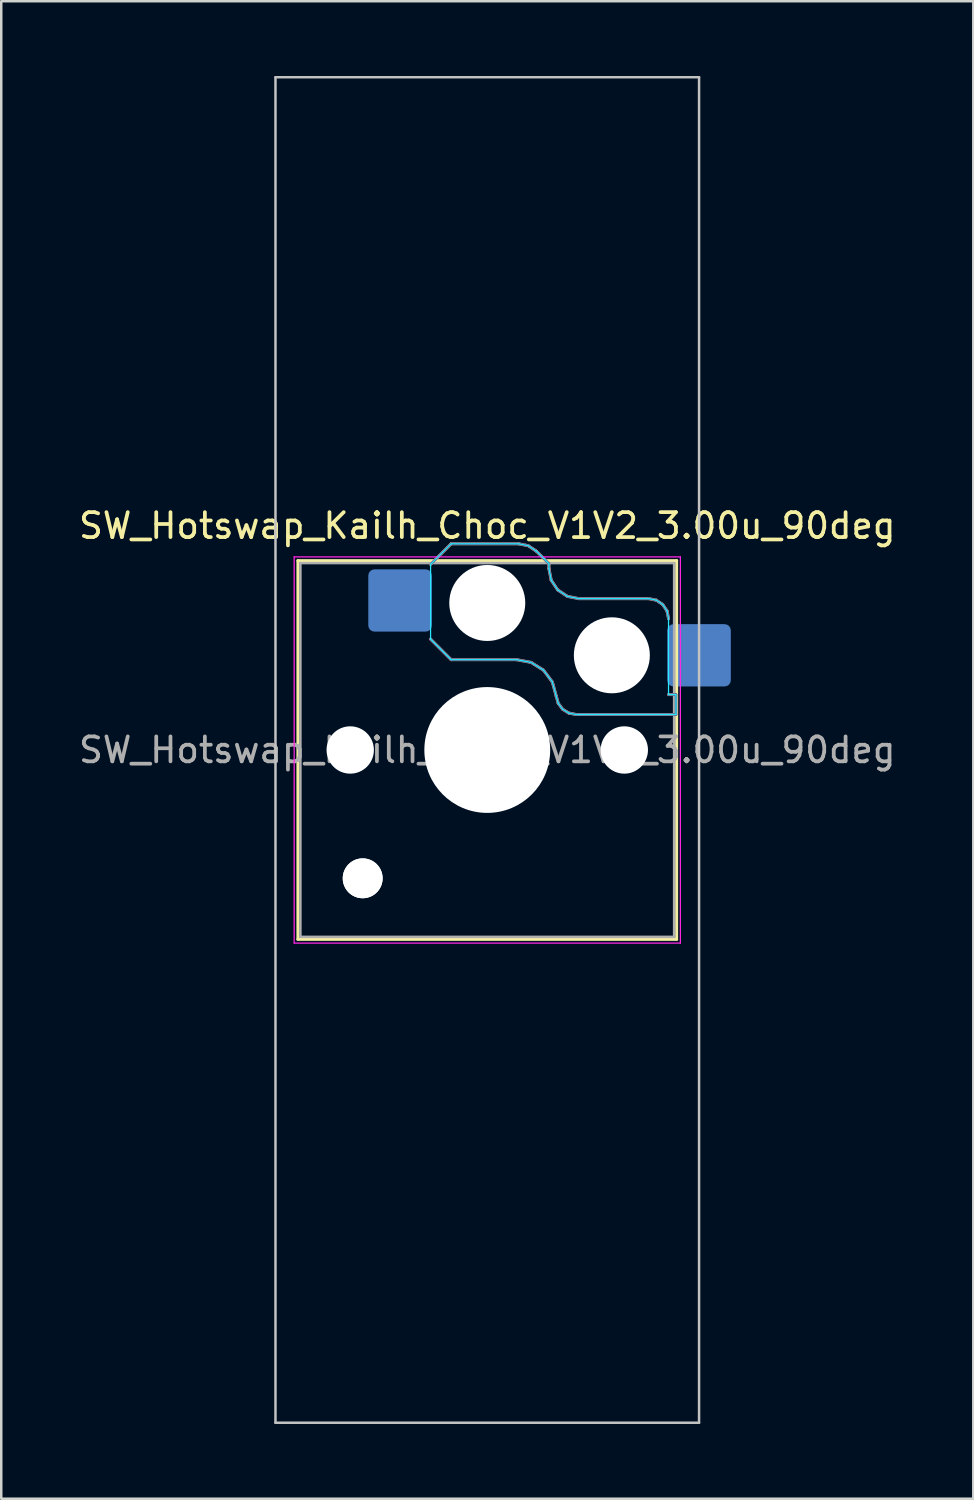
<source format=kicad_pcb>
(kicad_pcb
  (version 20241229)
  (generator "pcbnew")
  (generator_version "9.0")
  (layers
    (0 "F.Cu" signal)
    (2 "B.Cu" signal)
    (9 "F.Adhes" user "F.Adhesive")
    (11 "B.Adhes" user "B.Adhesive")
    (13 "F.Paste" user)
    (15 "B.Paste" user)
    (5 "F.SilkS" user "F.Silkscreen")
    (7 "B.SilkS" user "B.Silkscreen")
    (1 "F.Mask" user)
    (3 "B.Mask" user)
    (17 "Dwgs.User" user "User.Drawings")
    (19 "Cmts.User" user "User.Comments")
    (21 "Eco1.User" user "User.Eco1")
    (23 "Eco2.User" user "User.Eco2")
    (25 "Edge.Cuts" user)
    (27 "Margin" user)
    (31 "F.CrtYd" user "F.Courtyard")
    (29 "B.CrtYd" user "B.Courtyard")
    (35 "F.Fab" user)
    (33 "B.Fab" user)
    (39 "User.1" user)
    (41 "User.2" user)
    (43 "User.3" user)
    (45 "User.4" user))
  (footprint "SW_Hotswap_Kailh_Choc_V1V2_3.00u_90deg"
    (layer "F.Cu")
    (at 16.506 27.05)
    (property "Reference" "SW_Hotswap_Kailh_Choc_V1V2_3.00u_90deg" (at 0 -9 0) (layer "F.SilkS") (effects (font (size 1 1) (thickness 0.15))))
    (attr smd)
    (fp_line (start -7.6 -7.6) (end -7.6 7.6) (stroke (width 0.12) (type solid)) (layer "F.SilkS"))
    (fp_line (start -7.6 7.6) (end 7.6 7.6) (stroke (width 0.12) (type solid)) (layer "F.SilkS"))
    (fp_line (start 7.6 -7.6) (end -7.6 -7.6) (stroke (width 0.12) (type solid)) (layer "F.SilkS"))
    (fp_line (start 7.6 7.6) (end 7.6 -7.6) (stroke (width 0.12) (type solid)) (layer "F.SilkS"))
    (fp_line (start -2.275 -7.45) (end -1.45 -8.275) (stroke (width 0.12) (type solid)) (layer "B.SilkS"))
    (fp_line (start -1.45 -8.275) (end 1.261 -8.275) (stroke (width 0.12) (type solid)) (layer "B.SilkS"))
    (fp_line (start -1.45 -3.625) (end -2.275 -4.45) (stroke (width 0.12) (type solid)) (layer "B.SilkS"))
    (fp_line (start 1.175 -3.625) (end -1.45 -3.625) (stroke (width 0.12) (type solid)) (layer "B.SilkS"))
    (fp_line (start 1.261 -8.275) (end 1.643 -8.199) (stroke (width 0.12) (type solid)) (layer "B.SilkS"))
    (fp_line (start 1.643 -8.199) (end 1.968 -7.982) (stroke (width 0.12) (type solid)) (layer "B.SilkS"))
    (fp_line (start 1.756 -3.516) (end 1.175 -3.625) (stroke (width 0.12) (type solid)) (layer "B.SilkS"))
    (fp_line (start 1.968 -7.982) (end 2.475 -7.475) (stroke (width 0.12) (type solid)) (layer "B.SilkS"))
    (fp_line (start 2.258 -3.203) (end 1.756 -3.516) (stroke (width 0.12) (type solid)) (layer "B.SilkS"))
    (fp_line (start 2.475 -7.475) (end 2.475 -7.275) (stroke (width 0.12) (type solid)) (layer "B.SilkS"))
    (fp_line (start 2.475 -7.275) (end 2.566 -6.816) (stroke (width 0.12) (type solid)) (layer "B.SilkS"))
    (fp_line (start 2.566 -6.816) (end 2.826 -6.426) (stroke (width 0.12) (type solid)) (layer "B.SilkS"))
    (fp_line (start 2.612 -2.729) (end 2.258 -3.203) (stroke (width 0.12) (type solid)) (layer "B.SilkS"))
    (fp_line (start 2.769 -2.158) (end 2.612 -2.729) (stroke (width 0.12) (type solid)) (layer "B.SilkS"))
    (fp_line (start 2.826 -6.426) (end 3.216 -6.166) (stroke (width 0.12) (type solid)) (layer "B.SilkS"))
    (fp_line (start 2.848 -1.873) (end 2.769 -2.158) (stroke (width 0.12) (type solid)) (layer "B.SilkS"))
    (fp_line (start 3.025 -1.636) (end 2.848 -1.873) (stroke (width 0.12) (type solid)) (layer "B.SilkS"))
    (fp_line (start 3.216 -6.166) (end 3.675 -6.075) (stroke (width 0.12) (type solid)) (layer "B.SilkS"))
    (fp_line (start 3.276 -1.48) (end 3.025 -1.636) (stroke (width 0.12) (type solid)) (layer "B.SilkS"))
    (fp_line (start 3.567 -1.425) (end 3.276 -1.48) (stroke (width 0.12) (type solid)) (layer "B.SilkS"))
    (fp_line (start 3.675 -6.075) (end 6.475 -6.075) (stroke (width 0.12) (type solid)) (layer "B.SilkS"))
    (fp_line (start 6.475 -6.075) (end 6.781 -6.014) (stroke (width 0.12) (type solid)) (layer "B.SilkS"))
    (fp_line (start 6.781 -6.014) (end 7.041 -5.841) (stroke (width 0.12) (type solid)) (layer "B.SilkS"))
    (fp_line (start 7.041 -5.841) (end 7.214 -5.581) (stroke (width 0.12) (type solid)) (layer "B.SilkS"))
    (fp_line (start 7.214 -5.581) (end 7.275 -5.275) (stroke (width 0.12) (type solid)) (layer "B.SilkS"))
    (fp_line (start 7.275 -2.225) (end 7.575 -2.225) (stroke (width 0.12) (type solid)) (layer "B.SilkS"))
    (fp_line (start 7.575 -2.225) (end 7.575 -1.425) (stroke (width 0.12) (type solid)) (layer "B.SilkS"))
    (fp_line (start 7.575 -1.425) (end 3.567 -1.425) (stroke (width 0.12) (type solid)) (layer "B.SilkS"))
    (fp_line (start -8.5 -27) (end 8.5 -27) (stroke (width 0.1) (type solid)) (layer "Dwgs.User"))
    (fp_line (start -8.5 27) (end -8.5 -27) (stroke (width 0.1) (type solid)) (layer "Dwgs.User"))
    (fp_line (start 8.5 -27) (end 8.5 27) (stroke (width 0.1) (type solid)) (layer "Dwgs.User"))
    (fp_line (start 8.5 27) (end -8.5 27) (stroke (width 0.1) (type solid)) (layer "Dwgs.User"))
    (fp_line (start -7.25 -7.25) (end -7.25 7.25) (stroke (width 0.1) (type solid)) (layer "Eco1.User"))
    (fp_line (start -7.25 7.25) (end 7.25 7.25) (stroke (width 0.1) (type solid)) (layer "Eco1.User"))
    (fp_line (start 7.25 -7.25) (end -7.25 -7.25) (stroke (width 0.1) (type solid)) (layer "Eco1.User"))
    (fp_line (start 7.25 7.25) (end 7.25 -7.25) (stroke (width 0.1) (type solid)) (layer "Eco1.User"))
    (fp_line (start -2.275 -7.45) (end -1.45 -8.275) (stroke (width 0.05) (type solid)) (layer "B.CrtYd"))
    (fp_line (start -2.275 -4.45) (end -2.275 -7.45) (stroke (width 0.05) (type solid)) (layer "B.CrtYd"))
    (fp_line (start -1.45 -8.275) (end 1.261 -8.275) (stroke (width 0.05) (type solid)) (layer "B.CrtYd"))
    (fp_line (start -1.45 -3.625) (end -2.275 -4.45) (stroke (width 0.05) (type solid)) (layer "B.CrtYd"))
    (fp_line (start 1.175 -3.625) (end -1.45 -3.625) (stroke (width 0.05) (type solid)) (layer "B.CrtYd"))
    (fp_line (start 1.261 -8.275) (end 1.643 -8.199) (stroke (width 0.05) (type solid)) (layer "B.CrtYd"))
    (fp_line (start 1.643 -8.199) (end 1.968 -7.982) (stroke (width 0.05) (type solid)) (layer "B.CrtYd"))
    (fp_line (start 1.756 -3.516) (end 1.175 -3.625) (stroke (width 0.05) (type solid)) (layer "B.CrtYd"))
    (fp_line (start 1.968 -7.982) (end 2.475 -7.475) (stroke (width 0.05) (type solid)) (layer "B.CrtYd"))
    (fp_line (start 2.258 -3.203) (end 1.756 -3.516) (stroke (width 0.05) (type solid)) (layer "B.CrtYd"))
    (fp_line (start 2.475 -7.475) (end 2.475 -7.275) (stroke (width 0.05) (type solid)) (layer "B.CrtYd"))
    (fp_line (start 2.475 -7.275) (end 2.566 -6.816) (stroke (width 0.05) (type solid)) (layer "B.CrtYd"))
    (fp_line (start 2.566 -6.816) (end 2.826 -6.426) (stroke (width 0.05) (type solid)) (layer "B.CrtYd"))
    (fp_line (start 2.612 -2.729) (end 2.258 -3.203) (stroke (width 0.05) (type solid)) (layer "B.CrtYd"))
    (fp_line (start 2.769 -2.158) (end 2.612 -2.729) (stroke (width 0.05) (type solid)) (layer "B.CrtYd"))
    (fp_line (start 2.826 -6.426) (end 3.216 -6.166) (stroke (width 0.05) (type solid)) (layer "B.CrtYd"))
    (fp_line (start 2.848 -1.873) (end 2.769 -2.158) (stroke (width 0.05) (type solid)) (layer "B.CrtYd"))
    (fp_line (start 3.025 -1.636) (end 2.848 -1.873) (stroke (width 0.05) (type solid)) (layer "B.CrtYd"))
    (fp_line (start 3.216 -6.166) (end 3.675 -6.075) (stroke (width 0.05) (type solid)) (layer "B.CrtYd"))
    (fp_line (start 3.276 -1.48) (end 3.025 -1.636) (stroke (width 0.05) (type solid)) (layer "B.CrtYd"))
    (fp_line (start 3.567 -1.425) (end 3.276 -1.48) (stroke (width 0.05) (type solid)) (layer "B.CrtYd"))
    (fp_line (start 3.675 -6.075) (end 6.475 -6.075) (stroke (width 0.05) (type solid)) (layer "B.CrtYd"))
    (fp_line (start 6.475 -6.075) (end 6.781 -6.014) (stroke (width 0.05) (type solid)) (layer "B.CrtYd"))
    (fp_line (start 6.781 -6.014) (end 7.041 -5.841) (stroke (width 0.05) (type solid)) (layer "B.CrtYd"))
    (fp_line (start 7.041 -5.841) (end 7.214 -5.581) (stroke (width 0.05) (type solid)) (layer "B.CrtYd"))
    (fp_line (start 7.214 -5.581) (end 7.275 -5.275) (stroke (width 0.05) (type solid)) (layer "B.CrtYd"))
    (fp_line (start 7.275 -5.275) (end 7.275 -2.225) (stroke (width 0.05) (type solid)) (layer "B.CrtYd"))
    (fp_line (start 7.275 -2.225) (end 7.575 -2.225) (stroke (width 0.05) (type solid)) (layer "B.CrtYd"))
    (fp_line (start 7.575 -2.225) (end 7.575 -1.425) (stroke (width 0.05) (type solid)) (layer "B.CrtYd"))
    (fp_line (start 7.575 -1.425) (end 3.567 -1.425) (stroke (width 0.05) (type solid)) (layer "B.CrtYd"))
    (fp_line (start -7.75 -7.75) (end -7.75 7.75) (stroke (width 0.05) (type solid)) (layer "F.CrtYd"))
    (fp_line (start -7.75 7.75) (end 7.75 7.75) (stroke (width 0.05) (type solid)) (layer "F.CrtYd"))
    (fp_line (start 7.75 -7.75) (end -7.75 -7.75) (stroke (width 0.05) (type solid)) (layer "F.CrtYd"))
    (fp_line (start 7.75 7.75) (end 7.75 -7.75) (stroke (width 0.05) (type solid)) (layer "F.CrtYd"))
    (fp_line (start -2.275 -7.45) (end -1.45 -8.275) (stroke (width 0.1) (type solid)) (layer "B.Fab"))
    (fp_line (start -1.45 -8.275) (end 1.261 -8.275) (stroke (width 0.1) (type solid)) (layer "B.Fab"))
    (fp_line (start -1.45 -3.625) (end -2.275 -4.45) (stroke (width 0.1) (type solid)) (layer "B.Fab"))
    (fp_line (start 1.175 -3.625) (end -1.45 -3.625) (stroke (width 0.1) (type solid)) (layer "B.Fab"))
    (fp_line (start 1.261 -8.275) (end 1.643 -8.199) (stroke (width 0.1) (type solid)) (layer "B.Fab"))
    (fp_line (start 1.643 -8.199) (end 1.968 -7.982) (stroke (width 0.1) (type solid)) (layer "B.Fab"))
    (fp_line (start 1.756 -3.516) (end 1.175 -3.625) (stroke (width 0.1) (type solid)) (layer "B.Fab"))
    (fp_line (start 1.968 -7.982) (end 2.475 -7.475) (stroke (width 0.1) (type solid)) (layer "B.Fab"))
    (fp_line (start 2.258 -3.203) (end 1.756 -3.516) (stroke (width 0.1) (type solid)) (layer "B.Fab"))
    (fp_line (start 2.475 -7.475) (end 2.475 -7.275) (stroke (width 0.1) (type solid)) (layer "B.Fab"))
    (fp_line (start 2.475 -7.275) (end 2.566 -6.816) (stroke (width 0.1) (type solid)) (layer "B.Fab"))
    (fp_line (start 2.566 -6.816) (end 2.826 -6.426) (stroke (width 0.1) (type solid)) (layer "B.Fab"))
    (fp_line (start 2.612 -2.729) (end 2.258 -3.203) (stroke (width 0.1) (type solid)) (layer "B.Fab"))
    (fp_line (start 2.769 -2.158) (end 2.612 -2.729) (stroke (width 0.1) (type solid)) (layer "B.Fab"))
    (fp_line (start 2.826 -6.426) (end 3.216 -6.166) (stroke (width 0.1) (type solid)) (layer "B.Fab"))
    (fp_line (start 2.848 -1.873) (end 2.769 -2.158) (stroke (width 0.1) (type solid)) (layer "B.Fab"))
    (fp_line (start 3.025 -1.636) (end 2.848 -1.873) (stroke (width 0.1) (type solid)) (layer "B.Fab"))
    (fp_line (start 3.216 -6.166) (end 3.675 -6.075) (stroke (width 0.1) (type solid)) (layer "B.Fab"))
    (fp_line (start 3.276 -1.48) (end 3.025 -1.636) (stroke (width 0.1) (type solid)) (layer "B.Fab"))
    (fp_line (start 3.567 -1.425) (end 3.276 -1.48) (stroke (width 0.1) (type solid)) (layer "B.Fab"))
    (fp_line (start 3.675 -6.075) (end 6.475 -6.075) (stroke (width 0.1) (type solid)) (layer "B.Fab"))
    (fp_line (start 6.475 -6.075) (end 6.781 -6.014) (stroke (width 0.1) (type solid)) (layer "B.Fab"))
    (fp_line (start 6.781 -6.014) (end 7.041 -5.841) (stroke (width 0.1) (type solid)) (layer "B.Fab"))
    (fp_line (start 7.041 -5.841) (end 7.214 -5.581) (stroke (width 0.1) (type solid)) (layer "B.Fab"))
    (fp_line (start 7.214 -5.581) (end 7.275 -5.275) (stroke (width 0.1) (type solid)) (layer "B.Fab"))
    (fp_line (start 7.275 -2.225) (end 7.575 -2.225) (stroke (width 0.1) (type solid)) (layer "B.Fab"))
    (fp_line (start 7.575 -2.225) (end 7.575 -1.425) (stroke (width 0.1) (type solid)) (layer "B.Fab"))
    (fp_line (start 7.575 -1.425) (end 3.567 -1.425) (stroke (width 0.1) (type solid)) (layer "B.Fab"))
    (fp_line (start -7.5 -7.5) (end -7.5 7.5) (stroke (width 0.1) (type solid)) (layer "F.Fab"))
    (fp_line (start -7.5 7.5) (end 7.5 7.5) (stroke (width 0.1) (type solid)) (layer "F.Fab"))
    (fp_line (start 7.5 -7.5) (end -7.5 -7.5) (stroke (width 0.1) (type solid)) (layer "F.Fab"))
    (fp_line (start 7.5 7.5) (end 7.5 -7.5) (stroke (width 0.1) (type solid)) (layer "F.Fab"))
    (fp_text user "${REFERENCE}" (at 0 0 0) (layer "F.Fab") (effects (font (size 1 1) (thickness 0.15))))
    (pad "" np_thru_hole circle (at -5.5 0) (size 1.9 1.9) (drill 1.9) (layers "*.Cu" "*.Mask"))
    (pad "" np_thru_hole circle (at -5 5.15) (size 1.6 1.6) (drill 1.6) (layers "*.Cu" "*.Mask"))
    (pad "" np_thru_hole circle (at -5 5.15) (size 1.6 1.6) (drill 1.6) (layers "*.Cu" "*.Mask"))
    (pad "" np_thru_hole circle (at 0 -5.9) (size 3.05 3.05) (drill 3.05) (layers "*.Cu" "*.Mask"))
    (pad "" np_thru_hole circle (at 0 0) (size 5.05 5.05) (drill 5.05) (layers "*.Cu" "*.Mask"))
    (pad "" np_thru_hole circle (at 5 -3.8) (size 3.05 3.05) (drill 3.05) (layers "*.Cu" "*.Mask"))
    (pad "" np_thru_hole circle (at 5.5 0) (size 1.9 1.9) (drill 1.9) (layers "*.Cu" "*.Mask"))
    (pad "1" smd roundrect (at -3.5 -6) (size 2.55 2.5) (layers "B.Cu" "B.Mask" "B.Paste") (roundrect_rratio 0.1))
    (pad "2" smd roundrect (at 8.5 -3.8) (size 2.55 2.5) (layers "B.Cu" "B.Mask" "B.Paste") (roundrect_rratio 0.1)))
  (gr_rect
    (start -3 -3)
    (end 36.012 57.1)
    (stroke (width 0.1) (type default))
    (fill no)
    (layer "Edge.Cuts")))
</source>
